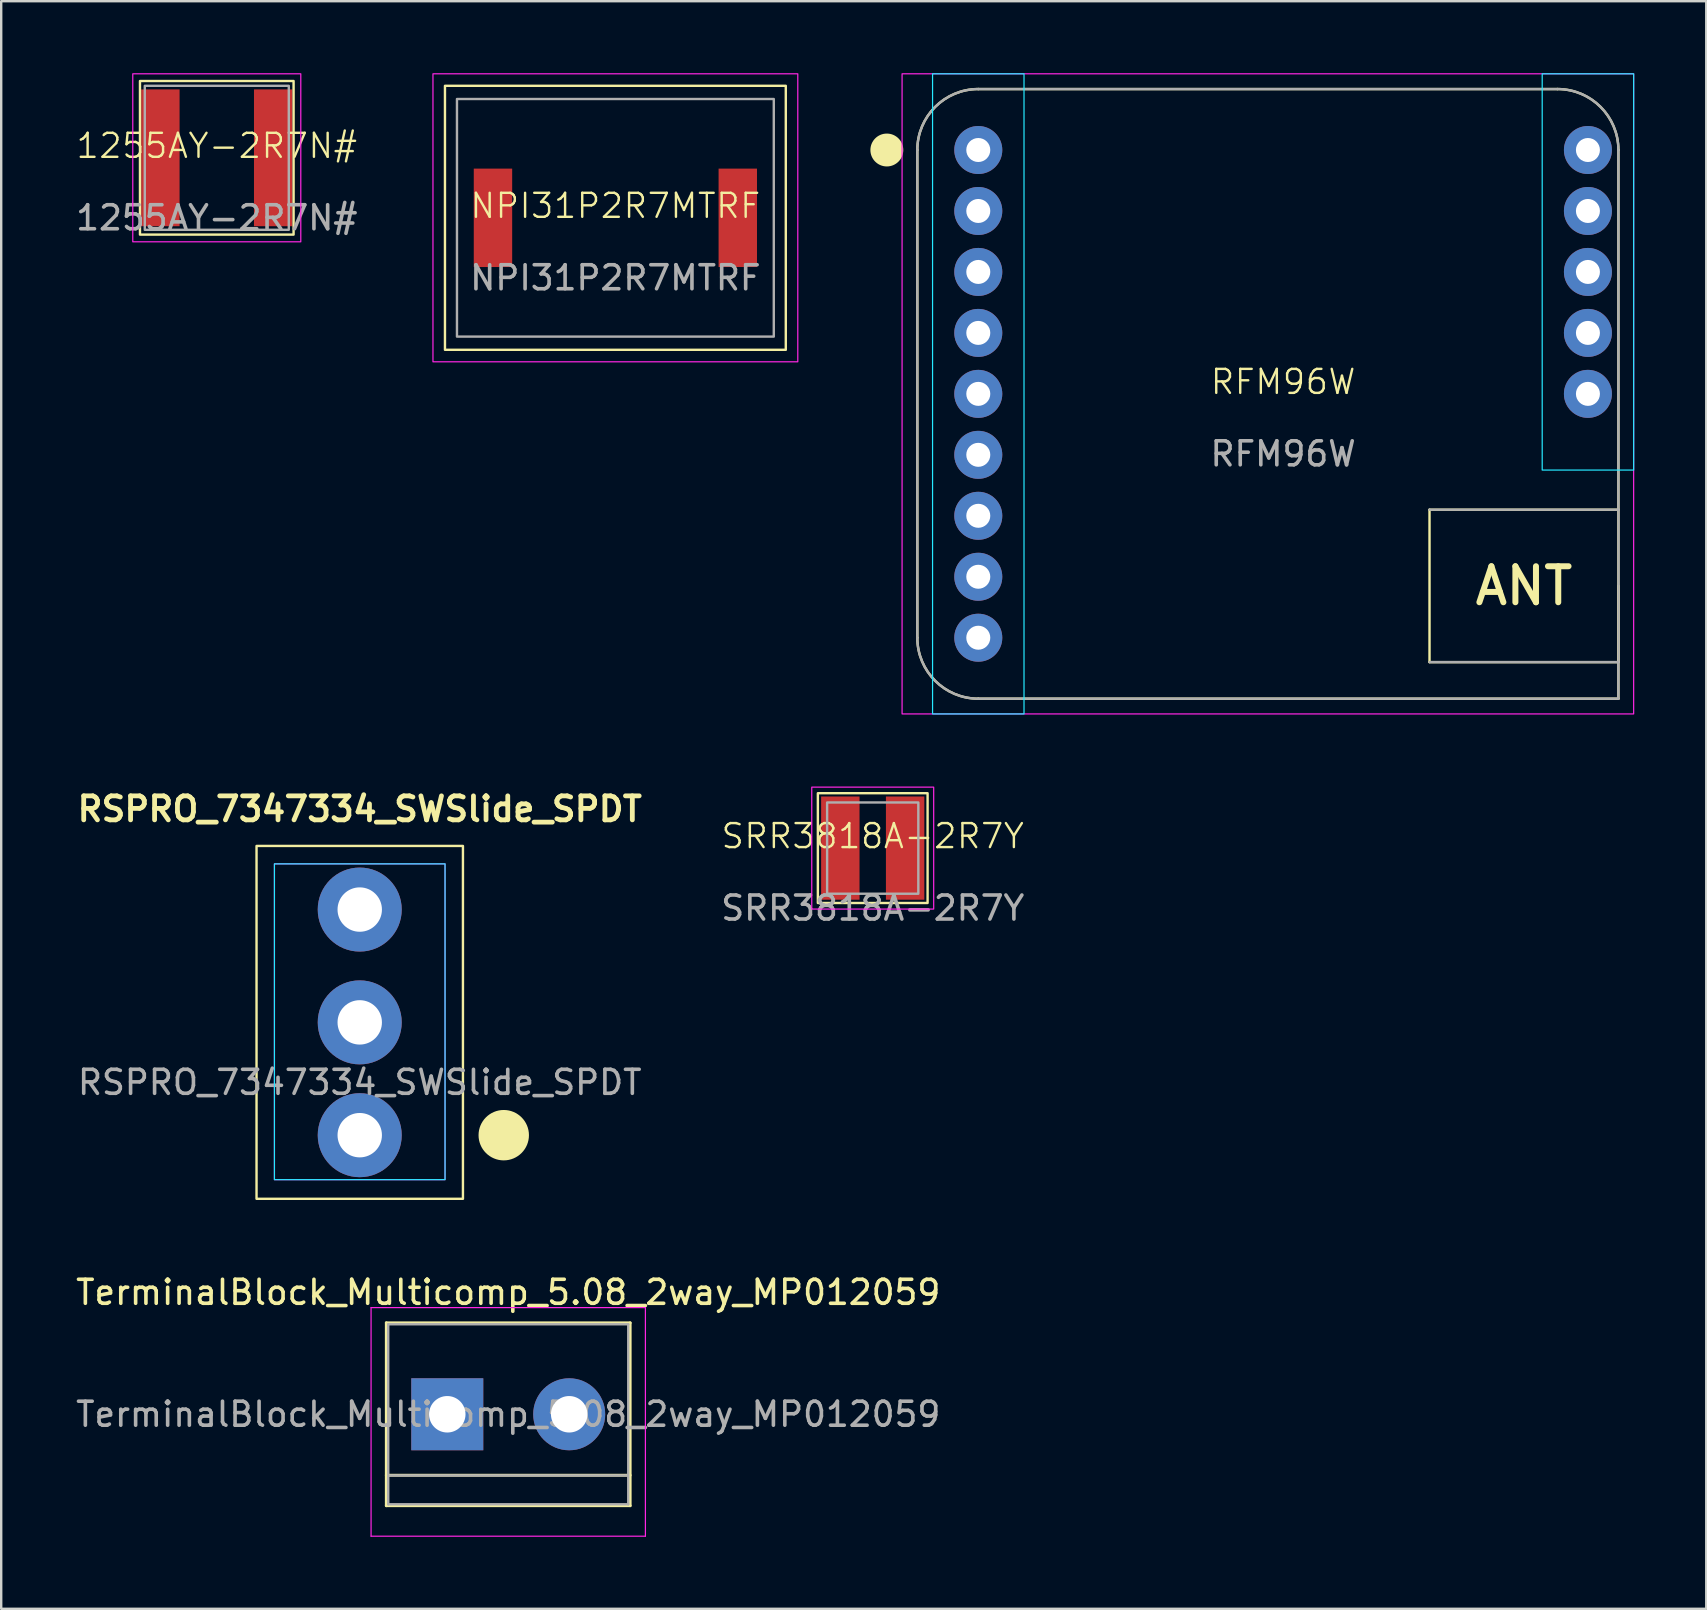
<source format=kicad_pcb>
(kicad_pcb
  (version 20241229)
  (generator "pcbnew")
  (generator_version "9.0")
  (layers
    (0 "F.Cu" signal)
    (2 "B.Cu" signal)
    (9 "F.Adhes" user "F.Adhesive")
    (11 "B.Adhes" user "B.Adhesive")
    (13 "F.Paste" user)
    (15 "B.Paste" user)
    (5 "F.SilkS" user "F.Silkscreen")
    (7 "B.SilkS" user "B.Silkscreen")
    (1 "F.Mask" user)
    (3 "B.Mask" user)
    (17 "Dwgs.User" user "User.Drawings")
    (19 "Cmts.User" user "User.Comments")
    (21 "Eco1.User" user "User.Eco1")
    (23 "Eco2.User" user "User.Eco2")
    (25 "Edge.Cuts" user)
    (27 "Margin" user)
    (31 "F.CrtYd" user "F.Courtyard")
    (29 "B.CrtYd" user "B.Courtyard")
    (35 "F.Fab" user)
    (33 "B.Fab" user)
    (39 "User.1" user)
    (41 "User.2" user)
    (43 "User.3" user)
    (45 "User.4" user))
  (footprint "RSPRO_7347334_SWSlide_SPDT"
    (layer "F.Cu")
    (at 11.938 39.546)
    (property "Reference" "RSPRO_7347334_SWSlide_SPDT" (at 0 -8.89 0) (unlocked yes) (layer "F.SilkS") (effects (font (size 1 1) (thickness 0.2) (bold yes))))
    (attr through_hole)
    (fp_rect (start -4.3 -7.35) (end 4.3 7.35) (stroke (width 0.1) (type default)) (fill no) (layer "F.SilkS"))
    (fp_circle (center 6 4.7) (end 7 4.7) (stroke (width 0.1) (type solid)) (fill yes) (layer "F.SilkS"))
    (fp_rect (start -3.554 -6.604) (end 3.554 6.554) (stroke (width 0.05) (type default)) (fill no) (layer "B.CrtYd"))
    (fp_rect (start -3.554 -6.604) (end 3.554 6.554) (stroke (width 0.05) (type default)) (fill no) (layer "F.CrtYd"))
    (fp_text user "${REFERENCE}" (at 0 2.5 0) (unlocked yes) (layer "F.Fab") (effects (font (size 1 1) (thickness 0.15))))
    (pad "1" thru_hole circle (at 0 4.7) (size 3.5 3.5) (drill 1.85) (layers "*.Cu" "*.Mask"))
    (pad "2" thru_hole circle (at 0 0) (size 3.5 3.5) (drill 1.85) (layers "*.Cu" "*.Mask"))
    (pad "3" thru_hole circle (at 0 -4.7) (size 3.5 3.5) (drill 1.85) (layers "*.Cu" "*.Mask")))
  (footprint "TerminalBlock_Multicomp_5.08_2way_MP012059"
    (layer "F.Cu")
    (at 15.585 55.874)
    (property "Reference" "TerminalBlock_Multicomp_5.08_2way_MP012059" (at 2.54 -5.08 0) (layer "F.SilkS") (effects (font (size 1 1) (thickness 0.15))))
    (attr through_hole)
    (fp_line (start -2.54 -3.81) (end -2.54 3.81) (stroke (width 0.12) (type solid)) (layer "F.SilkS"))
    (fp_line (start -2.54 3.81) (end 7.62 3.81) (stroke (width 0.12) (type solid)) (layer "F.SilkS"))
    (fp_line (start 7.62 -3.81) (end -2.54 -3.81) (stroke (width 0.12) (type solid)) (layer "F.SilkS"))
    (fp_line (start 7.62 2.54) (end -2.54 2.54) (stroke (width 0.12) (type solid)) (layer "F.SilkS"))
    (fp_line (start 7.62 3.81) (end 7.62 -3.81) (stroke (width 0.12) (type solid)) (layer "F.SilkS"))
    (fp_line (start -3.175 -4.445) (end -3.175 5.08) (stroke (width 0.05) (type solid)) (layer "F.CrtYd"))
    (fp_line (start -3.175 -4.445) (end 8.255 -4.445) (stroke (width 0.05) (type solid)) (layer "F.CrtYd"))
    (fp_line (start 8.255 5.08) (end -3.175 5.08) (stroke (width 0.05) (type solid)) (layer "F.CrtYd"))
    (fp_line (start 8.255 5.08) (end 8.255 -4.445) (stroke (width 0.05) (type solid)) (layer "F.CrtYd"))
    (fp_line (start -2.46 -3.75) (end -2.46 3.75) (stroke (width 0.1) (type solid)) (layer "F.Fab"))
    (fp_line (start -2.46 3.75) (end 7.54 3.75) (stroke (width 0.1) (type solid)) (layer "F.Fab"))
    (fp_line (start -2.41 2.55) (end 7.49 2.55) (stroke (width 0.1) (type solid)) (layer "F.Fab"))
    (fp_line (start 7.54 -3.75) (end -2.46 -3.75) (stroke (width 0.1) (type solid)) (layer "F.Fab"))
    (fp_line (start 7.54 3.75) (end 7.54 -3.75) (stroke (width 0.1) (type solid)) (layer "F.Fab"))
    (fp_text user "${REFERENCE}" (at 2.54 0 0) (layer "F.Fab") (effects (font (size 1 1) (thickness 0.15))))
    (pad "1" thru_hole rect (at 0 0) (size 3 3) (drill 1.52) (layers "*.Cu" "*.Mask"))
    (pad "2" thru_hole circle (at 5.08 0) (size 3 3) (drill 1.52) (layers "*.Cu" "*.Mask")))
  (footprint "SRR3818A-2R7Y"
    (layer "F.Cu")
    (at 33.311 32.285)
    (property "Reference" "SRR3818A-2R7Y" (at 0 -0.5 0) (unlocked yes) (layer "F.SilkS") (effects (font (size 1 1) (thickness 0.1))))
    (attr smd)
    (fp_rect (start -2.286 -2.286) (end 2.286 2.286) (stroke (width 0.1) (type default)) (fill no) (layer "F.SilkS"))
    (fp_rect (start -2.54 -2.54) (end 2.54 2.54) (stroke (width 0.05) (type default)) (fill no) (layer "F.CrtYd"))
    (fp_rect (start -1.9 -1.9) (end 1.9 1.9) (stroke (width 0.1) (type default)) (fill no) (layer "F.Fab"))
    (fp_text user "${REFERENCE}" (at 0 2.5 0) (unlocked yes) (layer "F.Fab") (effects (font (size 1 1) (thickness 0.15))))
    (pad "1" smd rect (at -1.35 0) (size 1.6 4.3) (layers "F.Cu" "F.Mask" "F.Paste"))
    (pad "2" smd rect (at 1.35 0) (size 1.6 4.3) (layers "F.Cu" "F.Mask" "F.Paste")))
  (footprint "NPI31P2R7MTRF"
    (layer "F.Cu")
    (at 22.589 6.025)
    (property "Reference" "NPI31P2R7MTRF" (at 0 -0.5 0) (unlocked yes) (layer "F.SilkS") (effects (font (size 1 1) (thickness 0.1))))
    (attr smd)
    (fp_rect (start -7.1 -5.5) (end 7.1 5.5) (stroke (width 0.1) (type default)) (fill no) (layer "F.SilkS"))
    (fp_rect (start -7.6 -6) (end 7.6 6) (stroke (width 0.05) (type default)) (fill no) (layer "F.CrtYd"))
    (fp_rect (start -6.6 -4.95) (end 6.6 4.95) (stroke (width 0.1) (type default)) (fill no) (layer "F.Fab"))
    (fp_text user "${REFERENCE}" (at 0 2.5 0) (unlocked yes) (layer "F.Fab") (effects (font (size 1 1) (thickness 0.15))))
    (pad "1" smd rect (at -5.1 0) (size 1.6 4.1) (layers "F.Cu" "F.Mask" "F.Paste"))
    (pad "2" smd rect (at 5.1 0) (size 1.6 4.1) (layers "F.Cu" "F.Mask" "F.Paste")))
  (footprint "RFM96W"
    (layer "F.Cu")
    (at 50.409 13.36)
    (property "Reference" "RFM96W" (at 0 -0.5 0) (unlocked yes) (layer "F.SilkS") (effects (font (size 1 1) (thickness 0.1))))
    (attr through_hole)
    (fp_line (start -15.24 10.16) (end -15.24 -10.16) (stroke (width 0.1) (type default)) (layer "F.SilkS"))
    (fp_line (start -12.7 -12.7) (end 11.43 -12.7) (stroke (width 0.1) (type default)) (layer "F.SilkS"))
    (fp_line (start 6.1 4.826) (end 6.1 11.176) (stroke (width 0.1) (type default)) (layer "F.SilkS"))
    (fp_line (start 6.1 4.826) (end 13.97 4.826) (stroke (width 0.1) (type default)) (layer "F.SilkS"))
    (fp_line (start 6.1 11.176) (end 13.97 11.176) (stroke (width 0.1) (type default)) (layer "F.SilkS"))
    (fp_line (start 13.97 -10.16) (end 13.97 4.826) (stroke (width 0.1) (type default)) (layer "F.SilkS"))
    (fp_line (start 13.97 11.176) (end 13.97 4.826) (stroke (width 0.1) (type default)) (layer "F.SilkS"))
    (fp_line (start 13.97 11.176) (end 13.97 8.001) (stroke (width 0.1) (type default)) (layer "F.SilkS"))
    (fp_line (start 13.97 11.176) (end 13.97 12.7) (stroke (width 0.1) (type default)) (layer "F.SilkS"))
    (fp_line (start 13.97 12.7) (end -12.7 12.7) (stroke (width 0.1) (type default)) (layer "F.SilkS"))
    (fp_arc (start -15.24 -10.16) (mid -14.496051 -11.956051) (end -12.7 -12.7) (stroke (width 0.1) (type default)) (layer "F.SilkS"))
    (fp_arc (start -12.7 12.7) (mid -14.496051 11.956051) (end -15.24 10.16) (stroke (width 0.1) (type default)) (layer "F.SilkS"))
    (fp_arc (start 11.43 -12.7) (mid 13.226051 -11.956051) (end 13.97 -10.16) (stroke (width 0.1) (type default)) (layer "F.SilkS"))
    (fp_circle (center -16.51 -10.16) (end -15.875 -10.16) (stroke (width 0.1) (type solid)) (fill yes) (layer "F.SilkS"))
    (fp_rect (start -14.605 -13.335) (end -10.795 13.335) (stroke (width 0.05) (type default)) (fill no) (layer "B.CrtYd"))
    (fp_rect (start 10.795 -13.335) (end 14.605 3.175) (stroke (width 0.05) (type default)) (fill no) (layer "B.CrtYd"))
    (fp_rect (start -15.875 -13.335) (end 14.605 13.335) (stroke (width 0.05) (type default)) (fill no) (layer "F.CrtYd"))
    (fp_line (start -15.24 10.16) (end -15.24 -10.16) (stroke (width 0.1) (type default)) (layer "F.Fab"))
    (fp_line (start -12.7 -12.7) (end 11.43 -12.7) (stroke (width 0.1) (type default)) (layer "F.Fab"))
    (fp_line (start -12.7 12.7) (end 13.97 12.7) (stroke (width 0.1) (type default)) (layer "F.Fab"))
    (fp_line (start 6.1 4.826) (end 13.974 4.826) (stroke (width 0.1) (type default)) (layer "F.Fab"))
    (fp_line (start 13.97 -10.16) (end 13.97 4.826) (stroke (width 0.1) (type default)) (layer "F.Fab"))
    (fp_line (start 13.97 11.176) (end 13.97 12.7) (stroke (width 0.1) (type default)) (layer "F.Fab"))
    (fp_line (start 13.974 4.826) (end 13.974 11.176) (stroke (width 0.1) (type default)) (layer "F.Fab"))
    (fp_line (start 13.974 11.176) (end 6.1 11.176) (stroke (width 0.1) (type default)) (layer "F.Fab"))
    (fp_arc (start -15.24 -10.16) (mid -14.496051 -11.956051) (end -12.7 -12.7) (stroke (width 0.1) (type default)) (layer "F.Fab"))
    (fp_arc (start -12.7 12.7) (mid -14.496051 11.956051) (end -15.24 10.16) (stroke (width 0.1) (type default)) (layer "F.Fab"))
    (fp_arc (start 11.43 -12.7) (mid 13.226051 -11.956051) (end 13.97 -10.16) (stroke (width 0.1) (type default)) (layer "F.Fab"))
    (fp_text user "ANT" (at 10.035 8.001 0) (unlocked yes) (layer "F.SilkS") (effects (font (size 1.5 1.5) (thickness 0.25) (bold yes))))
    (fp_text user "${REFERENCE}" (at 0 2.5 0) (unlocked yes) (layer "F.Fab") (effects (font (size 1 1) (thickness 0.15))))
    (pad "1" thru_hole circle (at -12.7 -10.16 270) (size 2 2) (drill 1) (layers "*.Cu" "*.Mask"))
    (pad "2" thru_hole circle (at -12.7 -7.62 270) (size 2 2) (drill 1) (layers "*.Cu" "*.Mask"))
    (pad "3" thru_hole circle (at -12.7 -5.08 270) (size 2 2) (drill 1) (layers "*.Cu" "*.Mask"))
    (pad "4" thru_hole circle (at -12.7 -2.54 270) (size 2 2) (drill 1) (layers "*.Cu" "*.Mask"))
    (pad "5" thru_hole circle (at -12.7 0 270) (size 2 2) (drill 1) (layers "*.Cu" "*.Mask"))
    (pad "6" thru_hole circle (at -12.7 2.54 270) (size 2 2) (drill 1) (layers "*.Cu" "*.Mask"))
    (pad "7" thru_hole circle (at -12.7 5.08 270) (size 2 2) (drill 1) (layers "*.Cu" "*.Mask"))
    (pad "8" thru_hole circle (at -12.7 7.62 270) (size 2 2) (drill 1) (layers "*.Cu" "*.Mask"))
    (pad "9" thru_hole circle (at -12.7 10.16 270) (size 2 2) (drill 1) (layers "*.Cu" "*.Mask"))
    (pad "10" thru_hole circle (at 12.7 0 270) (size 2 2) (drill 1) (layers "*.Cu" "*.Mask"))
    (pad "11" thru_hole circle (at 12.7 -2.54 270) (size 2 2) (drill 1) (layers "*.Cu" "*.Mask"))
    (pad "12" thru_hole circle (at 12.7 -5.08 270) (size 2 2) (drill 1) (layers "*.Cu" "*.Mask"))
    (pad "13" thru_hole circle (at 12.7 -7.62 270) (size 2 2) (drill 1) (layers "*.Cu" "*.Mask"))
    (pad "14" thru_hole circle (at 12.7 -10.16 270) (size 2 2) (drill 1) (layers "*.Cu" "*.Mask")))
  (footprint "1255AY-2R7N#"
    (layer "F.Cu")
    (at 5.982 3.525)
    (property "Reference" "1255AY-2R7N#" (at 0 -0.5 0) (unlocked yes) (layer "F.SilkS") (effects (font (size 1 1) (thickness 0.1))))
    (attr smd)
    (fp_rect (start -3.2 -3.2) (end 3.2 3.2) (stroke (width 0.1) (type default)) (fill no) (layer "F.SilkS"))
    (fp_rect (start -3.5 -3.5) (end 3.5 3.5) (stroke (width 0.05) (type default)) (fill no) (layer "F.CrtYd"))
    (fp_rect (start -3 -3) (end 3 3) (stroke (width 0.1) (type default)) (fill no) (layer "F.Fab"))
    (fp_text user "${REFERENCE}" (at 0 2.5 0) (unlocked yes) (layer "F.Fab") (effects (font (size 1 1) (thickness 0.15))))
    (pad "1" smd rect (at -2.35 0) (size 1.6 5.7) (layers "F.Cu" "F.Mask" "F.Paste"))
    (pad "2" smd rect (at 2.35 0) (size 1.6 5.7) (layers "F.Cu" "F.Mask" "F.Paste")))
  (gr_rect
    (start -3 -3)
    (end 68.039 63.979)
    (stroke (width 0.1) (type default))
    (fill no)
    (layer "Edge.Cuts")))
</source>
